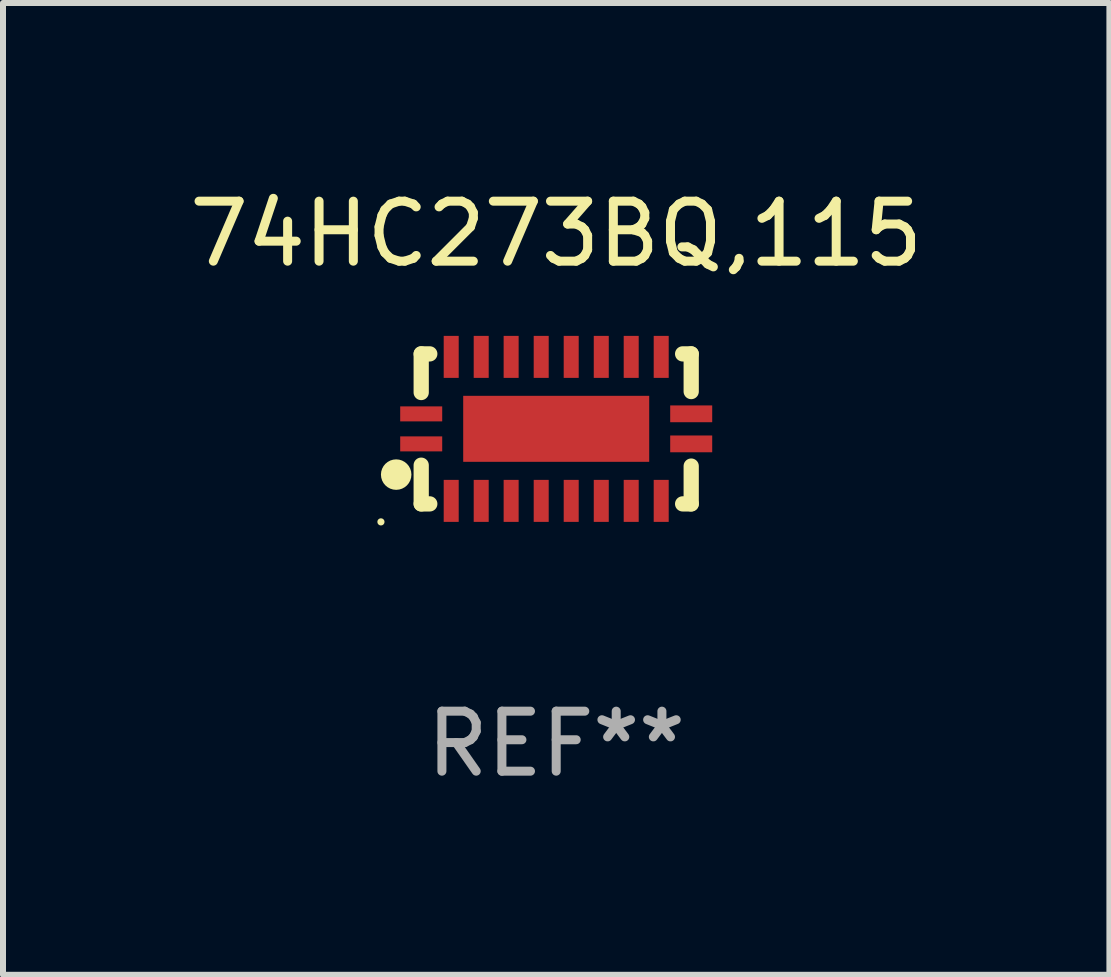
<source format=kicad_pcb>
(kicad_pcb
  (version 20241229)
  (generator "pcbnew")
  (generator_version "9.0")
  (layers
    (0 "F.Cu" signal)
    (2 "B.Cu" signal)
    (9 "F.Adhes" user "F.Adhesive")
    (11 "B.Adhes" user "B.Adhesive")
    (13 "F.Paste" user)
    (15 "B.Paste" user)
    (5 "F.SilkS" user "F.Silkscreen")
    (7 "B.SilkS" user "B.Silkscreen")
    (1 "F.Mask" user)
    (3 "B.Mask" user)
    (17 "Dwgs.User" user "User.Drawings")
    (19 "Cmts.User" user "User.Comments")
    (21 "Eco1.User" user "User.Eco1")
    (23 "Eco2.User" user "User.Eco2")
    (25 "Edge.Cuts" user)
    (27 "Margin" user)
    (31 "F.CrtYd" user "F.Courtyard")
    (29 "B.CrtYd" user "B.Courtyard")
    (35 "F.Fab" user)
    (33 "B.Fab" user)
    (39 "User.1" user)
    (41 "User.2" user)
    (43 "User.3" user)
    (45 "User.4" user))
  (footprint "74HC273BQ,115"
    (layer "F.Cu")
    (at 6.22 4.098)
    (property "Reference" "74HC273BQ,115" (at 0 -3.25 0) (layer "F.SilkS") (effects (font (size 1 1) (thickness 0.15))))
    (attr through_hole)
    (fp_line (start -2.25 0.605) (end -2.25 1.25) (stroke (width 0.254) (type solid)) (layer "F.SilkS"))
    (fp_line (start -2.25 1.25) (end -2.107 1.25) (stroke (width 0.254) (type solid)) (layer "F.SilkS"))
    (fp_line (start -2.25 -1.25) (end -2.25 -0.606) (stroke (width 0.254) (type solid)) (layer "F.SilkS"))
    (fp_line (start -2.25 -1.25) (end -2.107 -1.25) (stroke (width 0.254) (type solid)) (layer "F.SilkS"))
    (fp_line (start 2.107 -1.25) (end 2.25 -1.25) (stroke (width 0.254) (type solid)) (layer "F.SilkS"))
    (fp_line (start 2.107 1.25) (end 2.25 1.25) (stroke (width 0.254) (type solid)) (layer "F.SilkS"))
    (fp_line (start 2.25 -1.25) (end 2.25 -0.622) (stroke (width 0.254) (type solid)) (layer "F.SilkS"))
    (fp_line (start 2.25 0.62) (end 2.25 1.25) (stroke (width 0.254) (type solid)) (layer "F.SilkS"))
    (fp_circle (center -2.921 1.55) (end -2.891 1.55) (stroke (width 0.06) (type solid)) (fill no) (layer "F.SilkS"))
    (fp_circle (center -2.667 0.762) (end -2.54 0.762) (stroke (width 0.254) (type solid)) (fill no) (layer "F.SilkS"))
    (fp_text user "REF**" (at 0 5.25 0) (layer "F.Fab") (effects (font (size 1 1) (thickness 0.15))))
    (pad "1" smd rect (at -2.25 0.25 180) (size 0.7 0.25) (layers "F.Cu" "F.Mask" "F.Paste"))
    (pad "2" smd rect (at -1.75 1.2 90) (size 0.7 0.25) (layers "F.Cu" "F.Mask" "F.Paste"))
    (pad "3" smd rect (at -1.25 1.2 90) (size 0.7 0.25) (layers "F.Cu" "F.Mask" "F.Paste"))
    (pad "4" smd rect (at -0.751 1.2 90) (size 0.7 0.25) (layers "F.Cu" "F.Mask" "F.Paste"))
    (pad "5" smd rect (at -0.25 1.2 90) (size 0.7 0.25) (layers "F.Cu" "F.Mask" "F.Paste"))
    (pad "6" smd rect (at 0.25 1.2 90) (size 0.7 0.25) (layers "F.Cu" "F.Mask" "F.Paste"))
    (pad "7" smd rect (at 0.751 1.2 90) (size 0.7 0.25) (layers "F.Cu" "F.Mask" "F.Paste"))
    (pad "8" smd rect (at 1.25 1.2 90) (size 0.7 0.25) (layers "F.Cu" "F.Mask" "F.Paste"))
    (pad "9" smd rect (at 1.75 1.2 90) (size 0.7 0.25) (layers "F.Cu" "F.Mask" "F.Paste"))
    (pad "10" smd rect (at 2.25 0.25 180) (size 0.7 0.28) (layers "F.Cu" "F.Mask" "F.Paste"))
    (pad "11" smd rect (at 2.25 -0.251 180) (size 0.7 0.28) (layers "F.Cu" "F.Mask" "F.Paste"))
    (pad "12" smd rect (at 1.75 -1.2 90) (size 0.7 0.25) (layers "F.Cu" "F.Mask" "F.Paste"))
    (pad "13" smd rect (at 1.25 -1.2 90) (size 0.7 0.25) (layers "F.Cu" "F.Mask" "F.Paste"))
    (pad "14" smd rect (at 0.751 -1.2 90) (size 0.7 0.25) (layers "F.Cu" "F.Mask" "F.Paste"))
    (pad "15" smd rect (at 0.25 -1.2 90) (size 0.7 0.25) (layers "F.Cu" "F.Mask" "F.Paste"))
    (pad "16" smd rect (at -0.25 -1.2 90) (size 0.7 0.25) (layers "F.Cu" "F.Mask" "F.Paste"))
    (pad "17" smd rect (at -0.751 -1.2 90) (size 0.7 0.25) (layers "F.Cu" "F.Mask" "F.Paste"))
    (pad "18" smd rect (at -1.25 -1.2 90) (size 0.7 0.25) (layers "F.Cu" "F.Mask" "F.Paste"))
    (pad "19" smd rect (at -1.75 -1.2 90) (size 0.7 0.25) (layers "F.Cu" "F.Mask" "F.Paste"))
    (pad "20" smd rect (at -2.25 -0.25 180) (size 0.7 0.25) (layers "F.Cu" "F.Mask" "F.Paste"))
    (pad "21" smd rect (at 0 -0.001 180) (size 3.1 1.1) (layers "F.Cu" "F.Mask" "F.Paste")))
  (gr_rect
    (start -3 -3)
    (end 15.44 13.197)
    (stroke (width 0.1) (type default))
    (fill no)
    (layer "Edge.Cuts")))
</source>
